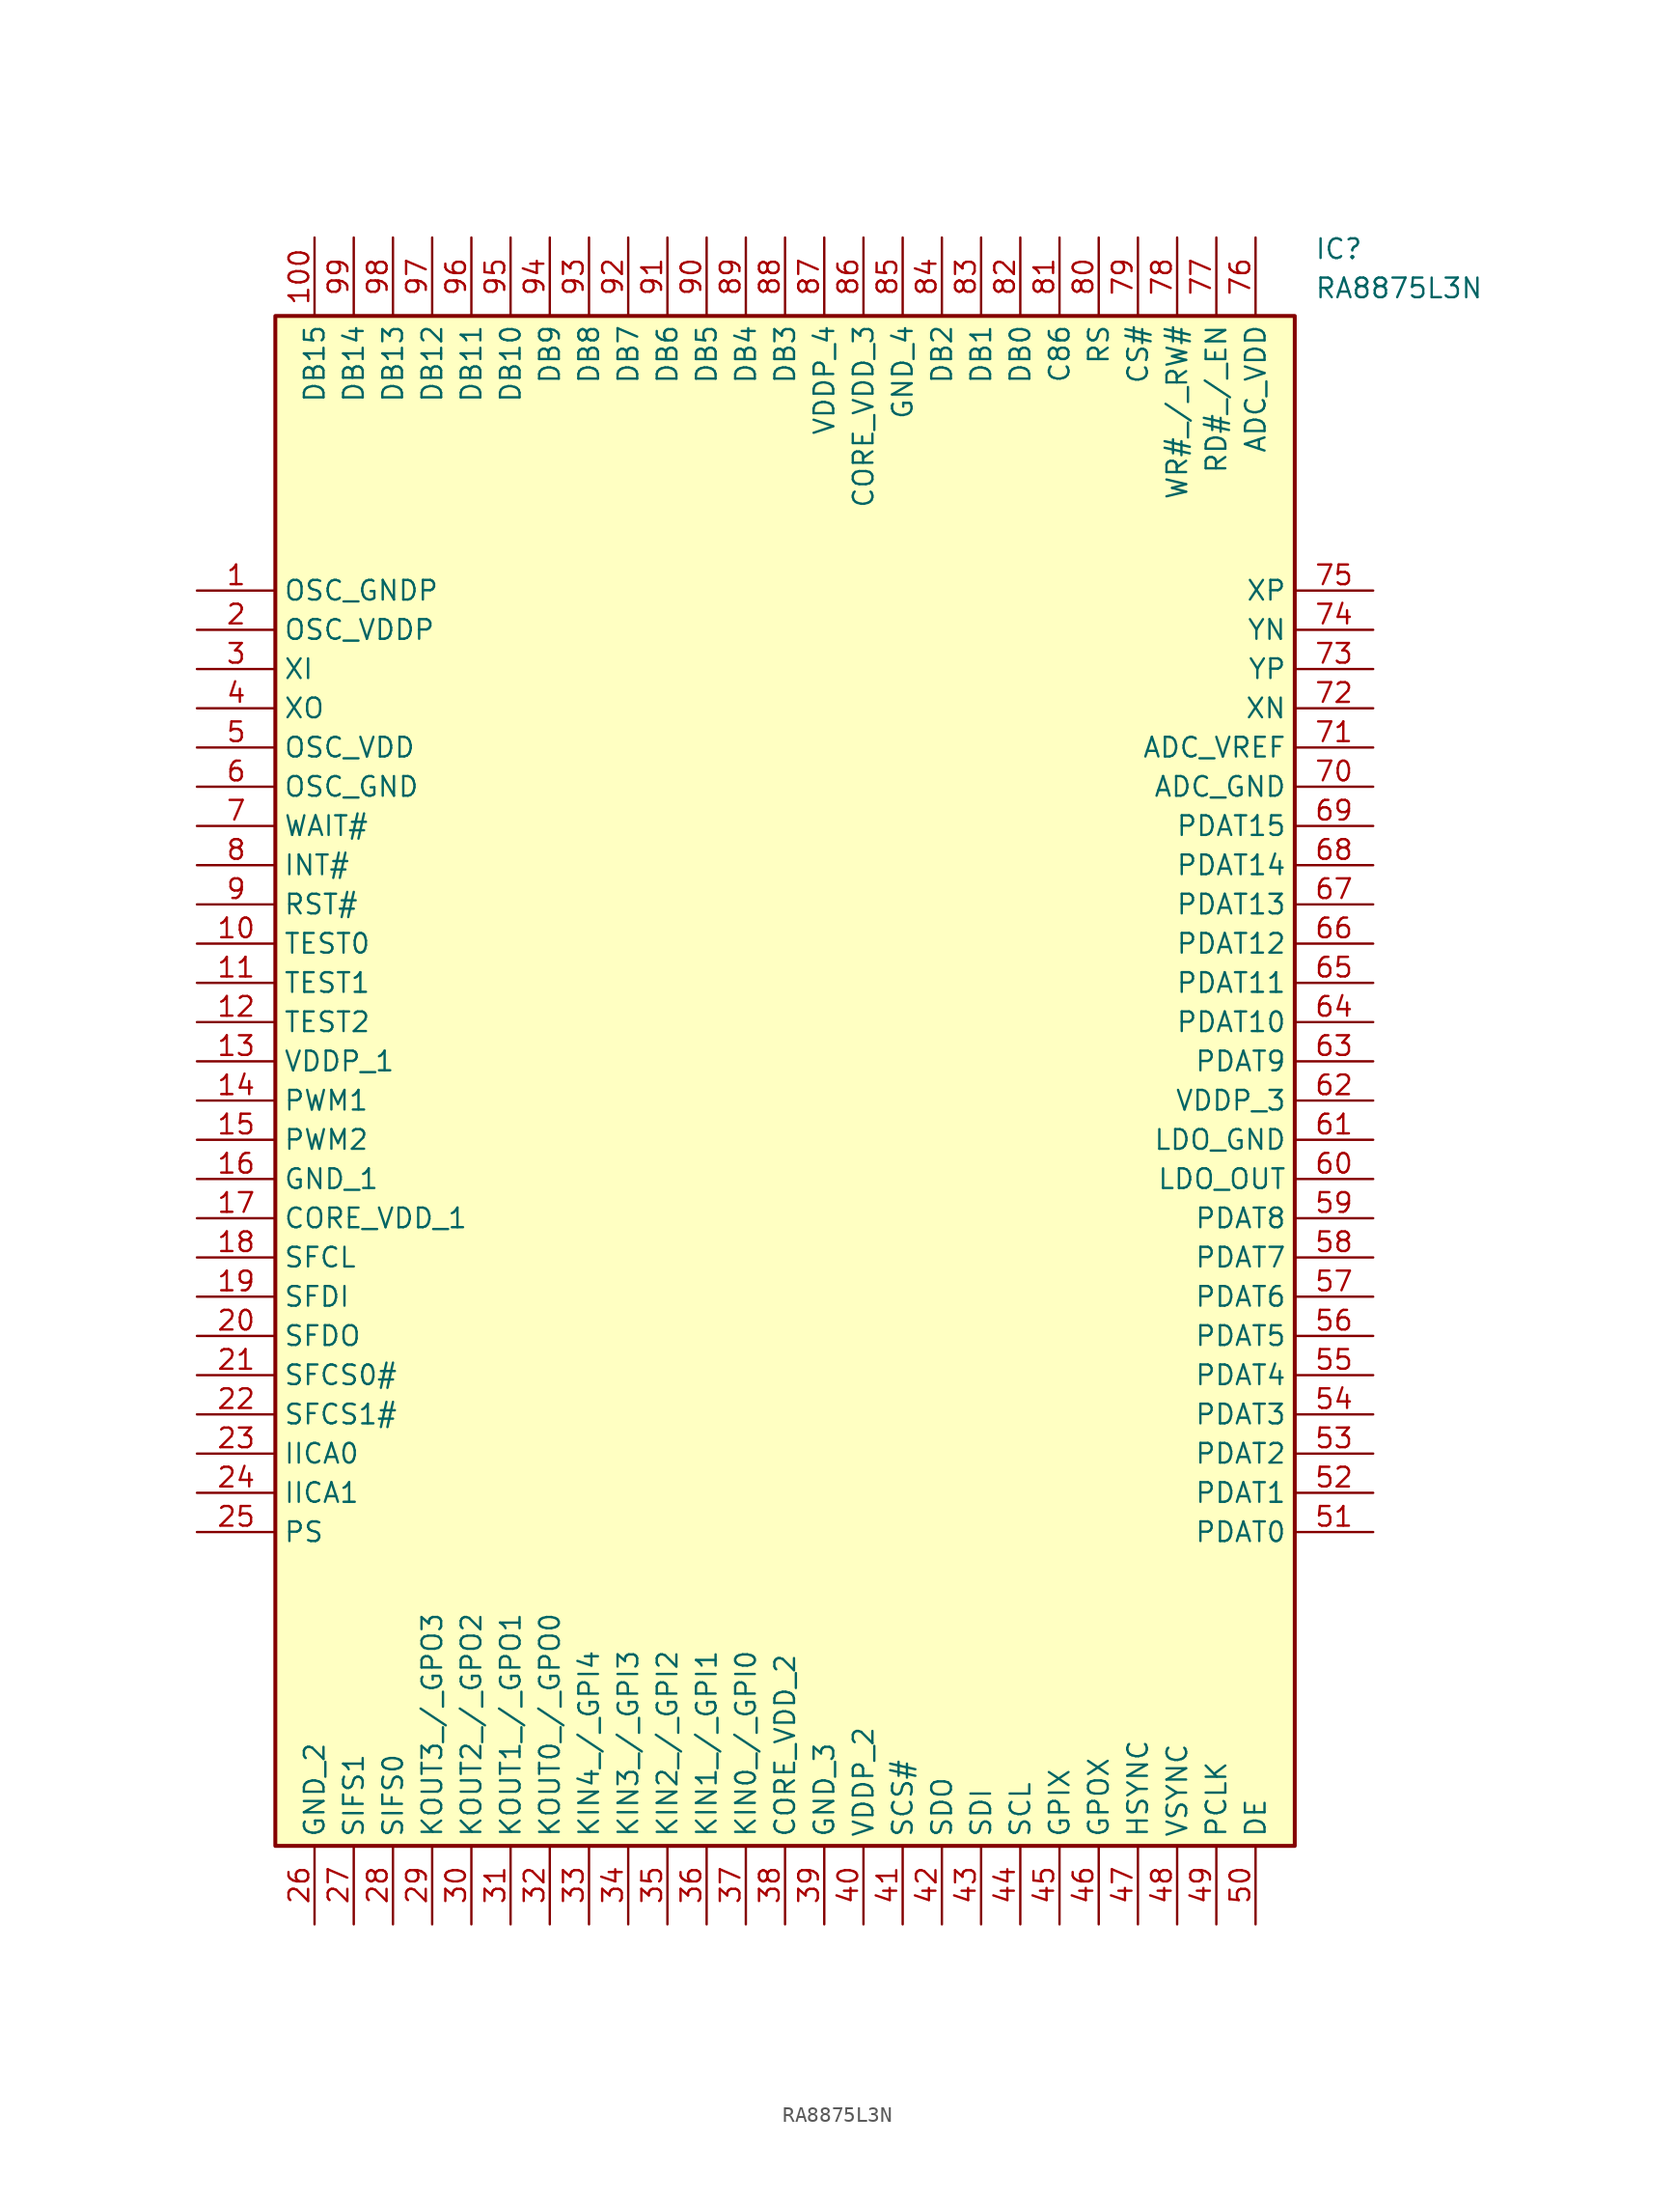
<source format=kicad_sym>
(kicad_symbol_lib
  (version 20211014)
  (generator SamacSys_ECAD_Model)
  (symbol "RA8875L3N"
    (property "Reference" "IC"
      (at 72.39 22.86 0)
      (effects (font (size 1.27 1.27)) (justify left top)))
    (property "Value" "RA8875L3N"
      (at 72.39 20.32 0)
      (effects (font (size 1.27 1.27)) (justify left top)))
    (rectangle
      (start 5.08 17.78)
      (end 71.12 -81.28)
      (stroke (width 0.254) (type default))
      (fill (type background)))
    (pin passive line
      (at 0 0 0)
      (length 5.08)
      (name "OSC_GNDP" (effects (font (size 1.27 1.27))))
      (number "1" (effects (font (size 1.27 1.27)))))
    (pin passive line
      (at 0 -2.54 0)
      (length 5.08)
      (name "OSC_VDDP" (effects (font (size 1.27 1.27))))
      (number "2" (effects (font (size 1.27 1.27)))))
    (pin passive line
      (at 0 -5.08 0)
      (length 5.08)
      (name "XI" (effects (font (size 1.27 1.27))))
      (number "3" (effects (font (size 1.27 1.27)))))
    (pin passive line
      (at 0 -7.62 0)
      (length 5.08)
      (name "XO" (effects (font (size 1.27 1.27))))
      (number "4" (effects (font (size 1.27 1.27)))))
    (pin passive line
      (at 0 -10.16 0)
      (length 5.08)
      (name "OSC_VDD" (effects (font (size 1.27 1.27))))
      (number "5" (effects (font (size 1.27 1.27)))))
    (pin passive line
      (at 0 -12.7 0)
      (length 5.08)
      (name "OSC_GND" (effects (font (size 1.27 1.27))))
      (number "6" (effects (font (size 1.27 1.27)))))
    (pin passive line
      (at 0 -15.24 0)
      (length 5.08)
      (name "WAIT#" (effects (font (size 1.27 1.27))))
      (number "7" (effects (font (size 1.27 1.27)))))
    (pin passive line
      (at 0 -17.78 0)
      (length 5.08)
      (name "INT#" (effects (font (size 1.27 1.27))))
      (number "8" (effects (font (size 1.27 1.27)))))
    (pin passive line
      (at 0 -20.32 0)
      (length 5.08)
      (name "RST#" (effects (font (size 1.27 1.27))))
      (number "9" (effects (font (size 1.27 1.27)))))
    (pin passive line
      (at 0 -22.86 0)
      (length 5.08)
      (name "TEST0" (effects (font (size 1.27 1.27))))
      (number "10" (effects (font (size 1.27 1.27)))))
    (pin passive line
      (at 0 -25.4 0)
      (length 5.08)
      (name "TEST1" (effects (font (size 1.27 1.27))))
      (number "11" (effects (font (size 1.27 1.27)))))
    (pin passive line
      (at 0 -27.94 0)
      (length 5.08)
      (name "TEST2" (effects (font (size 1.27 1.27))))
      (number "12" (effects (font (size 1.27 1.27)))))
    (pin passive line
      (at 0 -30.48 0)
      (length 5.08)
      (name "VDDP_1" (effects (font (size 1.27 1.27))))
      (number "13" (effects (font (size 1.27 1.27)))))
    (pin passive line
      (at 0 -33.02 0)
      (length 5.08)
      (name "PWM1" (effects (font (size 1.27 1.27))))
      (number "14" (effects (font (size 1.27 1.27)))))
    (pin passive line
      (at 0 -35.56 0)
      (length 5.08)
      (name "PWM2" (effects (font (size 1.27 1.27))))
      (number "15" (effects (font (size 1.27 1.27)))))
    (pin passive line
      (at 0 -38.1 0)
      (length 5.08)
      (name "GND_1" (effects (font (size 1.27 1.27))))
      (number "16" (effects (font (size 1.27 1.27)))))
    (pin passive line
      (at 0 -40.64 0)
      (length 5.08)
      (name "CORE_VDD_1" (effects (font (size 1.27 1.27))))
      (number "17" (effects (font (size 1.27 1.27)))))
    (pin passive line
      (at 0 -43.18 0)
      (length 5.08)
      (name "SFCL" (effects (font (size 1.27 1.27))))
      (number "18" (effects (font (size 1.27 1.27)))))
    (pin passive line
      (at 0 -45.72 0)
      (length 5.08)
      (name "SFDI" (effects (font (size 1.27 1.27))))
      (number "19" (effects (font (size 1.27 1.27)))))
    (pin passive line
      (at 0 -48.26 0)
      (length 5.08)
      (name "SFDO" (effects (font (size 1.27 1.27))))
      (number "20" (effects (font (size 1.27 1.27)))))
    (pin passive line
      (at 0 -50.8 0)
      (length 5.08)
      (name "SFCS0#" (effects (font (size 1.27 1.27))))
      (number "21" (effects (font (size 1.27 1.27)))))
    (pin passive line
      (at 0 -53.34 0)
      (length 5.08)
      (name "SFCS1#" (effects (font (size 1.27 1.27))))
      (number "22" (effects (font (size 1.27 1.27)))))
    (pin passive line
      (at 0 -55.88 0)
      (length 5.08)
      (name "IICA0" (effects (font (size 1.27 1.27))))
      (number "23" (effects (font (size 1.27 1.27)))))
    (pin passive line
      (at 0 -58.42 0)
      (length 5.08)
      (name "IICA1" (effects (font (size 1.27 1.27))))
      (number "24" (effects (font (size 1.27 1.27)))))
    (pin passive line
      (at 0 -60.96 0)
      (length 5.08)
      (name "PS" (effects (font (size 1.27 1.27))))
      (number "25" (effects (font (size 1.27 1.27)))))
    (pin passive line
      (at 7.62 -86.36 90)
      (length 5.08)
      (name "GND_2" (effects (font (size 1.27 1.27))))
      (number "26" (effects (font (size 1.27 1.27)))))
    (pin passive line
      (at 10.16 -86.36 90)
      (length 5.08)
      (name "SIFS1" (effects (font (size 1.27 1.27))))
      (number "27" (effects (font (size 1.27 1.27)))))
    (pin passive line
      (at 12.7 -86.36 90)
      (length 5.08)
      (name "SIFS0" (effects (font (size 1.27 1.27))))
      (number "28" (effects (font (size 1.27 1.27)))))
    (pin passive line
      (at 15.24 -86.36 90)
      (length 5.08)
      (name "KOUT3_/_GPO3" (effects (font (size 1.27 1.27))))
      (number "29" (effects (font (size 1.27 1.27)))))
    (pin passive line
      (at 17.78 -86.36 90)
      (length 5.08)
      (name "KOUT2_/_GPO2" (effects (font (size 1.27 1.27))))
      (number "30" (effects (font (size 1.27 1.27)))))
    (pin passive line
      (at 20.32 -86.36 90)
      (length 5.08)
      (name "KOUT1_/_GPO1" (effects (font (size 1.27 1.27))))
      (number "31" (effects (font (size 1.27 1.27)))))
    (pin passive line
      (at 22.86 -86.36 90)
      (length 5.08)
      (name "KOUT0_/_GPO0" (effects (font (size 1.27 1.27))))
      (number "32" (effects (font (size 1.27 1.27)))))
    (pin passive line
      (at 25.4 -86.36 90)
      (length 5.08)
      (name "KIN4_/_GPI4" (effects (font (size 1.27 1.27))))
      (number "33" (effects (font (size 1.27 1.27)))))
    (pin passive line
      (at 27.94 -86.36 90)
      (length 5.08)
      (name "KIN3_/_GPI3" (effects (font (size 1.27 1.27))))
      (number "34" (effects (font (size 1.27 1.27)))))
    (pin passive line
      (at 30.48 -86.36 90)
      (length 5.08)
      (name "KIN2_/_GPI2" (effects (font (size 1.27 1.27))))
      (number "35" (effects (font (size 1.27 1.27)))))
    (pin passive line
      (at 33.02 -86.36 90)
      (length 5.08)
      (name "KIN1_/_GPI1" (effects (font (size 1.27 1.27))))
      (number "36" (effects (font (size 1.27 1.27)))))
    (pin passive line
      (at 35.56 -86.36 90)
      (length 5.08)
      (name "KIN0_/_GPI0" (effects (font (size 1.27 1.27))))
      (number "37" (effects (font (size 1.27 1.27)))))
    (pin passive line
      (at 38.1 -86.36 90)
      (length 5.08)
      (name "CORE_VDD_2" (effects (font (size 1.27 1.27))))
      (number "38" (effects (font (size 1.27 1.27)))))
    (pin passive line
      (at 40.64 -86.36 90)
      (length 5.08)
      (name "GND_3" (effects (font (size 1.27 1.27))))
      (number "39" (effects (font (size 1.27 1.27)))))
    (pin passive line
      (at 43.18 -86.36 90)
      (length 5.08)
      (name "VDDP_2" (effects (font (size 1.27 1.27))))
      (number "40" (effects (font (size 1.27 1.27)))))
    (pin passive line
      (at 45.72 -86.36 90)
      (length 5.08)
      (name "SCS#" (effects (font (size 1.27 1.27))))
      (number "41" (effects (font (size 1.27 1.27)))))
    (pin passive line
      (at 48.26 -86.36 90)
      (length 5.08)
      (name "SDO" (effects (font (size 1.27 1.27))))
      (number "42" (effects (font (size 1.27 1.27)))))
    (pin passive line
      (at 50.8 -86.36 90)
      (length 5.08)
      (name "SDI" (effects (font (size 1.27 1.27))))
      (number "43" (effects (font (size 1.27 1.27)))))
    (pin passive line
      (at 53.34 -86.36 90)
      (length 5.08)
      (name "SCL" (effects (font (size 1.27 1.27))))
      (number "44" (effects (font (size 1.27 1.27)))))
    (pin passive line
      (at 55.88 -86.36 90)
      (length 5.08)
      (name "GPIX" (effects (font (size 1.27 1.27))))
      (number "45" (effects (font (size 1.27 1.27)))))
    (pin passive line
      (at 58.42 -86.36 90)
      (length 5.08)
      (name "GPOX" (effects (font (size 1.27 1.27))))
      (number "46" (effects (font (size 1.27 1.27)))))
    (pin passive line
      (at 60.96 -86.36 90)
      (length 5.08)
      (name "HSYNC" (effects (font (size 1.27 1.27))))
      (number "47" (effects (font (size 1.27 1.27)))))
    (pin passive line
      (at 63.5 -86.36 90)
      (length 5.08)
      (name "VSYNC" (effects (font (size 1.27 1.27))))
      (number "48" (effects (font (size 1.27 1.27)))))
    (pin passive line
      (at 66.04 -86.36 90)
      (length 5.08)
      (name "PCLK" (effects (font (size 1.27 1.27))))
      (number "49" (effects (font (size 1.27 1.27)))))
    (pin passive line
      (at 68.58 -86.36 90)
      (length 5.08)
      (name "DE" (effects (font (size 1.27 1.27))))
      (number "50" (effects (font (size 1.27 1.27)))))
    (pin passive line
      (at 76.2 0 180)
      (length 5.08)
      (name "XP" (effects (font (size 1.27 1.27))))
      (number "75" (effects (font (size 1.27 1.27)))))
    (pin passive line
      (at 76.2 -2.54 180)
      (length 5.08)
      (name "YN" (effects (font (size 1.27 1.27))))
      (number "74" (effects (font (size 1.27 1.27)))))
    (pin passive line
      (at 76.2 -5.08 180)
      (length 5.08)
      (name "YP" (effects (font (size 1.27 1.27))))
      (number "73" (effects (font (size 1.27 1.27)))))
    (pin passive line
      (at 76.2 -7.62 180)
      (length 5.08)
      (name "XN" (effects (font (size 1.27 1.27))))
      (number "72" (effects (font (size 1.27 1.27)))))
    (pin passive line
      (at 76.2 -10.16 180)
      (length 5.08)
      (name "ADC_VREF" (effects (font (size 1.27 1.27))))
      (number "71" (effects (font (size 1.27 1.27)))))
    (pin passive line
      (at 76.2 -12.7 180)
      (length 5.08)
      (name "ADC_GND" (effects (font (size 1.27 1.27))))
      (number "70" (effects (font (size 1.27 1.27)))))
    (pin passive line
      (at 76.2 -15.24 180)
      (length 5.08)
      (name "PDAT15" (effects (font (size 1.27 1.27))))
      (number "69" (effects (font (size 1.27 1.27)))))
    (pin passive line
      (at 76.2 -17.78 180)
      (length 5.08)
      (name "PDAT14" (effects (font (size 1.27 1.27))))
      (number "68" (effects (font (size 1.27 1.27)))))
    (pin passive line
      (at 76.2 -20.32 180)
      (length 5.08)
      (name "PDAT13" (effects (font (size 1.27 1.27))))
      (number "67" (effects (font (size 1.27 1.27)))))
    (pin passive line
      (at 76.2 -22.86 180)
      (length 5.08)
      (name "PDAT12" (effects (font (size 1.27 1.27))))
      (number "66" (effects (font (size 1.27 1.27)))))
    (pin passive line
      (at 76.2 -25.4 180)
      (length 5.08)
      (name "PDAT11" (effects (font (size 1.27 1.27))))
      (number "65" (effects (font (size 1.27 1.27)))))
    (pin passive line
      (at 76.2 -27.94 180)
      (length 5.08)
      (name "PDAT10" (effects (font (size 1.27 1.27))))
      (number "64" (effects (font (size 1.27 1.27)))))
    (pin passive line
      (at 76.2 -30.48 180)
      (length 5.08)
      (name "PDAT9" (effects (font (size 1.27 1.27))))
      (number "63" (effects (font (size 1.27 1.27)))))
    (pin passive line
      (at 76.2 -33.02 180)
      (length 5.08)
      (name "VDDP_3" (effects (font (size 1.27 1.27))))
      (number "62" (effects (font (size 1.27 1.27)))))
    (pin passive line
      (at 76.2 -35.56 180)
      (length 5.08)
      (name "LDO_GND" (effects (font (size 1.27 1.27))))
      (number "61" (effects (font (size 1.27 1.27)))))
    (pin passive line
      (at 76.2 -38.1 180)
      (length 5.08)
      (name "LDO_OUT" (effects (font (size 1.27 1.27))))
      (number "60" (effects (font (size 1.27 1.27)))))
    (pin passive line
      (at 76.2 -40.64 180)
      (length 5.08)
      (name "PDAT8" (effects (font (size 1.27 1.27))))
      (number "59" (effects (font (size 1.27 1.27)))))
    (pin passive line
      (at 76.2 -43.18 180)
      (length 5.08)
      (name "PDAT7" (effects (font (size 1.27 1.27))))
      (number "58" (effects (font (size 1.27 1.27)))))
    (pin passive line
      (at 76.2 -45.72 180)
      (length 5.08)
      (name "PDAT6" (effects (font (size 1.27 1.27))))
      (number "57" (effects (font (size 1.27 1.27)))))
    (pin passive line
      (at 76.2 -48.26 180)
      (length 5.08)
      (name "PDAT5" (effects (font (size 1.27 1.27))))
      (number "56" (effects (font (size 1.27 1.27)))))
    (pin passive line
      (at 76.2 -50.8 180)
      (length 5.08)
      (name "PDAT4" (effects (font (size 1.27 1.27))))
      (number "55" (effects (font (size 1.27 1.27)))))
    (pin passive line
      (at 76.2 -53.34 180)
      (length 5.08)
      (name "PDAT3" (effects (font (size 1.27 1.27))))
      (number "54" (effects (font (size 1.27 1.27)))))
    (pin passive line
      (at 76.2 -55.88 180)
      (length 5.08)
      (name "PDAT2" (effects (font (size 1.27 1.27))))
      (number "53" (effects (font (size 1.27 1.27)))))
    (pin passive line
      (at 76.2 -58.42 180)
      (length 5.08)
      (name "PDAT1" (effects (font (size 1.27 1.27))))
      (number "52" (effects (font (size 1.27 1.27)))))
    (pin passive line
      (at 76.2 -60.96 180)
      (length 5.08)
      (name "PDAT0" (effects (font (size 1.27 1.27))))
      (number "51" (effects (font (size 1.27 1.27)))))
    (pin passive line
      (at 7.62 22.86 270)
      (length 5.08)
      (name "DB15" (effects (font (size 1.27 1.27))))
      (number "100" (effects (font (size 1.27 1.27)))))
    (pin passive line
      (at 10.16 22.86 270)
      (length 5.08)
      (name "DB14" (effects (font (size 1.27 1.27))))
      (number "99" (effects (font (size 1.27 1.27)))))
    (pin passive line
      (at 12.7 22.86 270)
      (length 5.08)
      (name "DB13" (effects (font (size 1.27 1.27))))
      (number "98" (effects (font (size 1.27 1.27)))))
    (pin passive line
      (at 15.24 22.86 270)
      (length 5.08)
      (name "DB12" (effects (font (size 1.27 1.27))))
      (number "97" (effects (font (size 1.27 1.27)))))
    (pin passive line
      (at 17.78 22.86 270)
      (length 5.08)
      (name "DB11" (effects (font (size 1.27 1.27))))
      (number "96" (effects (font (size 1.27 1.27)))))
    (pin passive line
      (at 20.32 22.86 270)
      (length 5.08)
      (name "DB10" (effects (font (size 1.27 1.27))))
      (number "95" (effects (font (size 1.27 1.27)))))
    (pin passive line
      (at 22.86 22.86 270)
      (length 5.08)
      (name "DB9" (effects (font (size 1.27 1.27))))
      (number "94" (effects (font (size 1.27 1.27)))))
    (pin passive line
      (at 25.4 22.86 270)
      (length 5.08)
      (name "DB8" (effects (font (size 1.27 1.27))))
      (number "93" (effects (font (size 1.27 1.27)))))
    (pin passive line
      (at 27.94 22.86 270)
      (length 5.08)
      (name "DB7" (effects (font (size 1.27 1.27))))
      (number "92" (effects (font (size 1.27 1.27)))))
    (pin passive line
      (at 30.48 22.86 270)
      (length 5.08)
      (name "DB6" (effects (font (size 1.27 1.27))))
      (number "91" (effects (font (size 1.27 1.27)))))
    (pin passive line
      (at 33.02 22.86 270)
      (length 5.08)
      (name "DB5" (effects (font (size 1.27 1.27))))
      (number "90" (effects (font (size 1.27 1.27)))))
    (pin passive line
      (at 35.56 22.86 270)
      (length 5.08)
      (name "DB4" (effects (font (size 1.27 1.27))))
      (number "89" (effects (font (size 1.27 1.27)))))
    (pin passive line
      (at 38.1 22.86 270)
      (length 5.08)
      (name "DB3" (effects (font (size 1.27 1.27))))
      (number "88" (effects (font (size 1.27 1.27)))))
    (pin passive line
      (at 40.64 22.86 270)
      (length 5.08)
      (name "VDDP_4" (effects (font (size 1.27 1.27))))
      (number "87" (effects (font (size 1.27 1.27)))))
    (pin passive line
      (at 43.18 22.86 270)
      (length 5.08)
      (name "CORE_VDD_3" (effects (font (size 1.27 1.27))))
      (number "86" (effects (font (size 1.27 1.27)))))
    (pin passive line
      (at 45.72 22.86 270)
      (length 5.08)
      (name "GND_4" (effects (font (size 1.27 1.27))))
      (number "85" (effects (font (size 1.27 1.27)))))
    (pin passive line
      (at 48.26 22.86 270)
      (length 5.08)
      (name "DB2" (effects (font (size 1.27 1.27))))
      (number "84" (effects (font (size 1.27 1.27)))))
    (pin passive line
      (at 50.8 22.86 270)
      (length 5.08)
      (name "DB1" (effects (font (size 1.27 1.27))))
      (number "83" (effects (font (size 1.27 1.27)))))
    (pin passive line
      (at 53.34 22.86 270)
      (length 5.08)
      (name "DB0" (effects (font (size 1.27 1.27))))
      (number "82" (effects (font (size 1.27 1.27)))))
    (pin passive line
      (at 55.88 22.86 270)
      (length 5.08)
      (name "C86" (effects (font (size 1.27 1.27))))
      (number "81" (effects (font (size 1.27 1.27)))))
    (pin passive line
      (at 58.42 22.86 270)
      (length 5.08)
      (name "RS" (effects (font (size 1.27 1.27))))
      (number "80" (effects (font (size 1.27 1.27)))))
    (pin passive line
      (at 60.96 22.86 270)
      (length 5.08)
      (name "CS#" (effects (font (size 1.27 1.27))))
      (number "79" (effects (font (size 1.27 1.27)))))
    (pin passive line
      (at 63.5 22.86 270)
      (length 5.08)
      (name "WR#_/_RW#" (effects (font (size 1.27 1.27))))
      (number "78" (effects (font (size 1.27 1.27)))))
    (pin passive line
      (at 66.04 22.86 270)
      (length 5.08)
      (name "RD#_/_EN" (effects (font (size 1.27 1.27))))
      (number "77" (effects (font (size 1.27 1.27)))))
    (pin passive line
      (at 68.58 22.86 270)
      (length 5.08)
      (name "ADC_VDD" (effects (font (size 1.27 1.27))))
      (number "76" (effects (font (size 1.27 1.27)))))))
</source>
